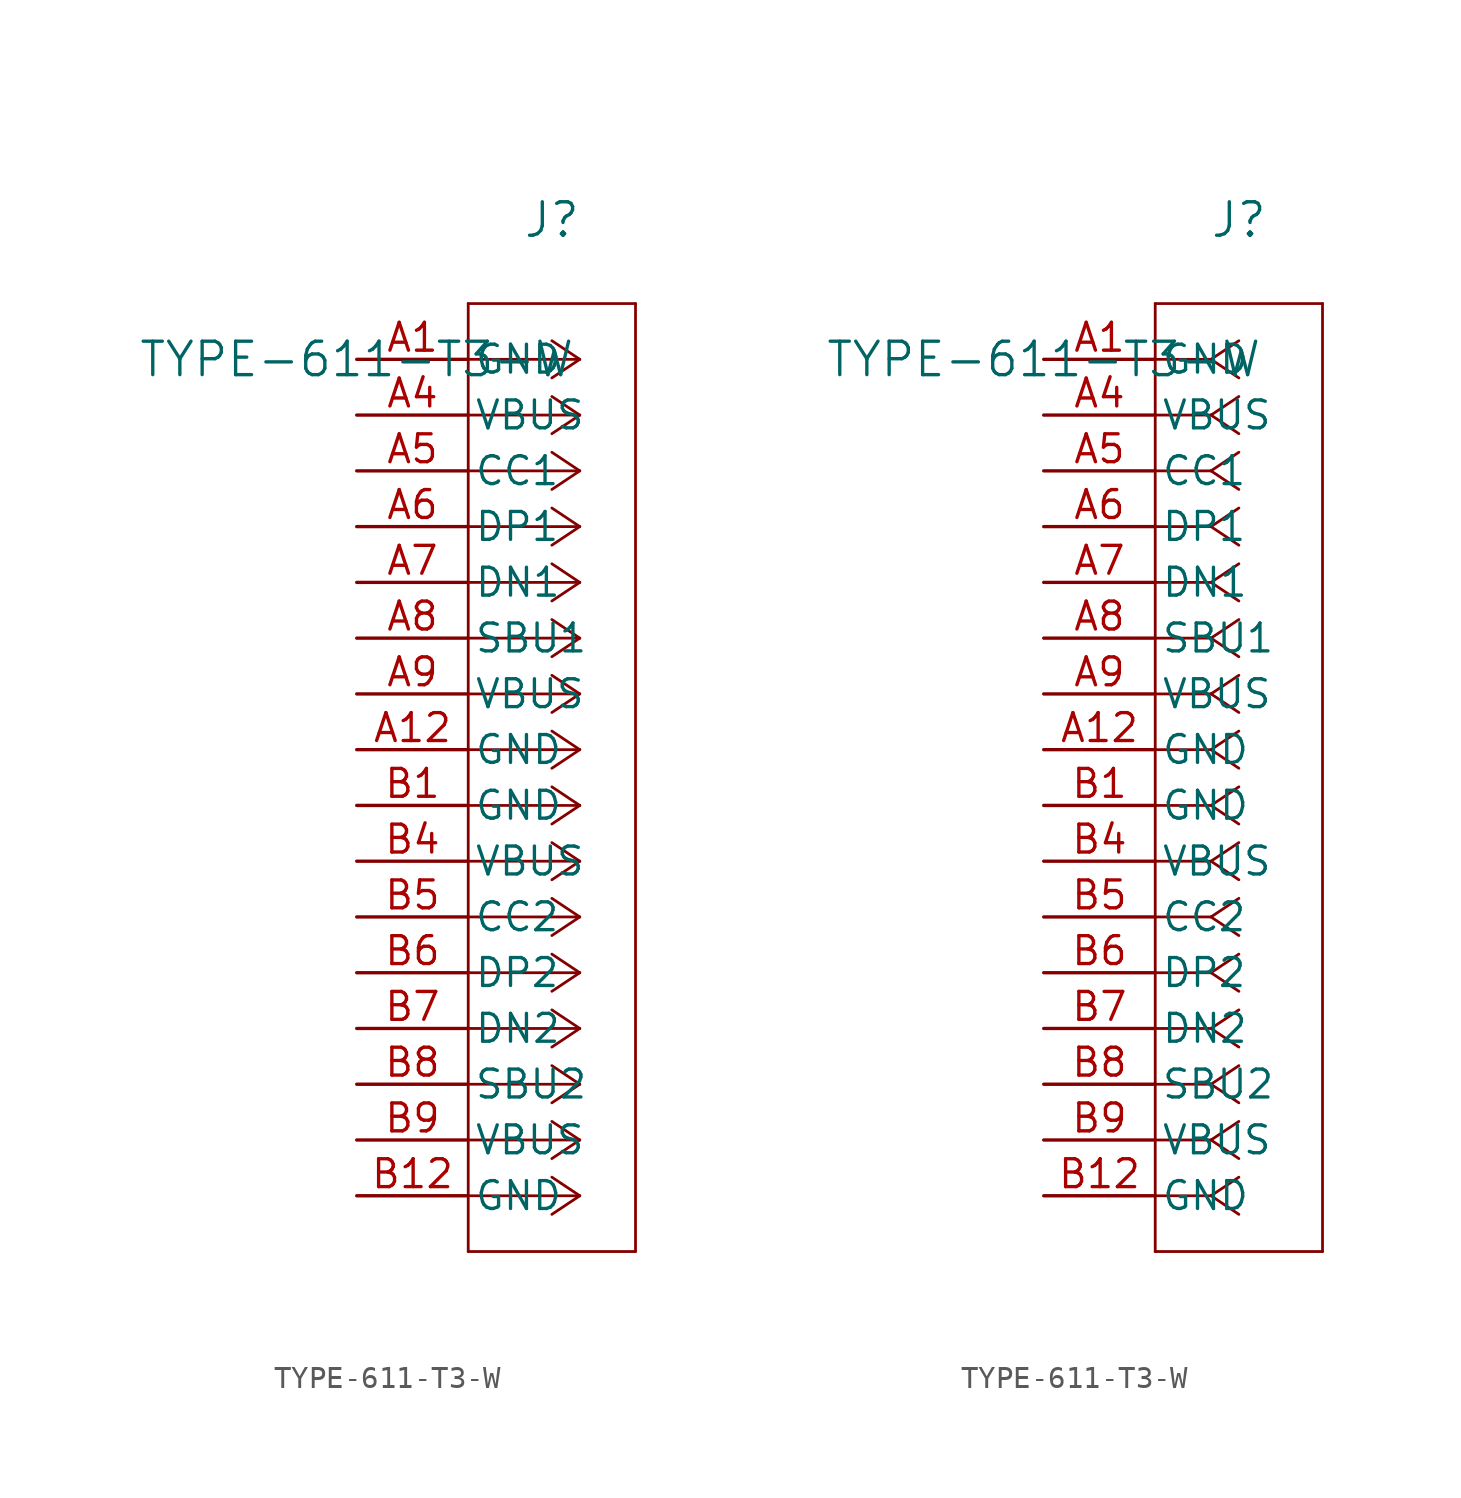
<source format=kicad_sym>
(kicad_symbol_lib
  (version 20211014)
  (generator kicad_symbol_editor)
  (symbol "TYPE-611-T3-W"
    (pin_names
      (offset 0.254))
    (property "Reference" "J"
      (at 8.89 6.35 0)
      (effects (font (size 1.524 1.524))))
    (property "Value" "TYPE-611-T3-W"
      (at 0 0 0)
      (effects (font (size 1.524 1.524))))
    (symbol "TYPE-611-T3-W_1_1"
      (polyline (pts (xy 10.16 0) (xy 5.08 0)) (stroke (width 0.127) (type default) (color 0 0 0 0)) (fill (type none)))
      (polyline (pts (xy 10.16 -2.54) (xy 5.08 -2.54)) (stroke (width 0.127) (type default) (color 0 0 0 0)) (fill (type none)))
      (polyline (pts (xy 10.16 -5.08) (xy 5.08 -5.08)) (stroke (width 0.127) (type default) (color 0 0 0 0)) (fill (type none)))
      (polyline (pts (xy 10.16 -7.62) (xy 5.08 -7.62)) (stroke (width 0.127) (type default) (color 0 0 0 0)) (fill (type none)))
      (polyline (pts (xy 10.16 -10.16) (xy 5.08 -10.16)) (stroke (width 0.127) (type default) (color 0 0 0 0)) (fill (type none)))
      (polyline (pts (xy 10.16 -12.7) (xy 5.08 -12.7)) (stroke (width 0.127) (type default) (color 0 0 0 0)) (fill (type none)))
      (polyline (pts (xy 10.16 -15.24) (xy 5.08 -15.24)) (stroke (width 0.127) (type default) (color 0 0 0 0)) (fill (type none)))
      (polyline (pts (xy 10.16 -17.78) (xy 5.08 -17.78)) (stroke (width 0.127) (type default) (color 0 0 0 0)) (fill (type none)))
      (polyline (pts (xy 10.16 -20.32) (xy 5.08 -20.32)) (stroke (width 0.127) (type default) (color 0 0 0 0)) (fill (type none)))
      (polyline (pts (xy 10.16 -22.86) (xy 5.08 -22.86)) (stroke (width 0.127) (type default) (color 0 0 0 0)) (fill (type none)))
      (polyline (pts (xy 10.16 -25.4) (xy 5.08 -25.4)) (stroke (width 0.127) (type default) (color 0 0 0 0)) (fill (type none)))
      (polyline (pts (xy 10.16 -27.94) (xy 5.08 -27.94)) (stroke (width 0.127) (type default) (color 0 0 0 0)) (fill (type none)))
      (polyline (pts (xy 10.16 -30.48) (xy 5.08 -30.48)) (stroke (width 0.127) (type default) (color 0 0 0 0)) (fill (type none)))
      (polyline (pts (xy 10.16 -33.02) (xy 5.08 -33.02)) (stroke (width 0.127) (type default) (color 0 0 0 0)) (fill (type none)))
      (polyline (pts (xy 10.16 -35.56) (xy 5.08 -35.56)) (stroke (width 0.127) (type default) (color 0 0 0 0)) (fill (type none)))
      (polyline (pts (xy 10.16 -38.1) (xy 5.08 -38.1)) (stroke (width 0.127) (type default) (color 0 0 0 0)) (fill (type none)))
      (polyline (pts (xy 10.16 0) (xy 8.89 0.847)) (stroke (width 0.127) (type default) (color 0 0 0 0)) (fill (type none)))
      (polyline (pts (xy 10.16 -2.54) (xy 8.89 -1.693)) (stroke (width 0.127) (type default) (color 0 0 0 0)) (fill (type none)))
      (polyline (pts (xy 10.16 -5.08) (xy 8.89 -4.233)) (stroke (width 0.127) (type default) (color 0 0 0 0)) (fill (type none)))
      (polyline (pts (xy 10.16 -7.62) (xy 8.89 -6.773)) (stroke (width 0.127) (type default) (color 0 0 0 0)) (fill (type none)))
      (polyline (pts (xy 10.16 -10.16) (xy 8.89 -9.313)) (stroke (width 0.127) (type default) (color 0 0 0 0)) (fill (type none)))
      (polyline (pts (xy 10.16 -12.7) (xy 8.89 -11.853)) (stroke (width 0.127) (type default) (color 0 0 0 0)) (fill (type none)))
      (polyline (pts (xy 10.16 -15.24) (xy 8.89 -14.393)) (stroke (width 0.127) (type default) (color 0 0 0 0)) (fill (type none)))
      (polyline (pts (xy 10.16 -17.78) (xy 8.89 -16.933)) (stroke (width 0.127) (type default) (color 0 0 0 0)) (fill (type none)))
      (polyline (pts (xy 10.16 -20.32) (xy 8.89 -19.473)) (stroke (width 0.127) (type default) (color 0 0 0 0)) (fill (type none)))
      (polyline (pts (xy 10.16 -22.86) (xy 8.89 -22.013)) (stroke (width 0.127) (type default) (color 0 0 0 0)) (fill (type none)))
      (polyline (pts (xy 10.16 -25.4) (xy 8.89 -24.553)) (stroke (width 0.127) (type default) (color 0 0 0 0)) (fill (type none)))
      (polyline (pts (xy 10.16 -27.94) (xy 8.89 -27.093)) (stroke (width 0.127) (type default) (color 0 0 0 0)) (fill (type none)))
      (polyline (pts (xy 10.16 -30.48) (xy 8.89 -29.633)) (stroke (width 0.127) (type default) (color 0 0 0 0)) (fill (type none)))
      (polyline (pts (xy 10.16 -33.02) (xy 8.89 -32.173)) (stroke (width 0.127) (type default) (color 0 0 0 0)) (fill (type none)))
      (polyline (pts (xy 10.16 -35.56) (xy 8.89 -34.713)) (stroke (width 0.127) (type default) (color 0 0 0 0)) (fill (type none)))
      (polyline (pts (xy 10.16 -38.1) (xy 8.89 -37.253)) (stroke (width 0.127) (type default) (color 0 0 0 0)) (fill (type none)))
      (polyline (pts (xy 10.16 0) (xy 8.89 -0.847)) (stroke (width 0.127) (type default) (color 0 0 0 0)) (fill (type none)))
      (polyline (pts (xy 10.16 -2.54) (xy 8.89 -3.387)) (stroke (width 0.127) (type default) (color 0 0 0 0)) (fill (type none)))
      (polyline (pts (xy 10.16 -5.08) (xy 8.89 -5.927)) (stroke (width 0.127) (type default) (color 0 0 0 0)) (fill (type none)))
      (polyline (pts (xy 10.16 -7.62) (xy 8.89 -8.467)) (stroke (width 0.127) (type default) (color 0 0 0 0)) (fill (type none)))
      (polyline (pts (xy 10.16 -10.16) (xy 8.89 -11.007)) (stroke (width 0.127) (type default) (color 0 0 0 0)) (fill (type none)))
      (polyline (pts (xy 10.16 -12.7) (xy 8.89 -13.547)) (stroke (width 0.127) (type default) (color 0 0 0 0)) (fill (type none)))
      (polyline (pts (xy 10.16 -15.24) (xy 8.89 -16.087)) (stroke (width 0.127) (type default) (color 0 0 0 0)) (fill (type none)))
      (polyline (pts (xy 10.16 -17.78) (xy 8.89 -18.627)) (stroke (width 0.127) (type default) (color 0 0 0 0)) (fill (type none)))
      (polyline (pts (xy 10.16 -20.32) (xy 8.89 -21.167)) (stroke (width 0.127) (type default) (color 0 0 0 0)) (fill (type none)))
      (polyline (pts (xy 10.16 -22.86) (xy 8.89 -23.707)) (stroke (width 0.127) (type default) (color 0 0 0 0)) (fill (type none)))
      (polyline (pts (xy 10.16 -25.4) (xy 8.89 -26.247)) (stroke (width 0.127) (type default) (color 0 0 0 0)) (fill (type none)))
      (polyline (pts (xy 10.16 -27.94) (xy 8.89 -28.787)) (stroke (width 0.127) (type default) (color 0 0 0 0)) (fill (type none)))
      (polyline (pts (xy 10.16 -30.48) (xy 8.89 -31.327)) (stroke (width 0.127) (type default) (color 0 0 0 0)) (fill (type none)))
      (polyline (pts (xy 10.16 -33.02) (xy 8.89 -33.867)) (stroke (width 0.127) (type default) (color 0 0 0 0)) (fill (type none)))
      (polyline (pts (xy 10.16 -35.56) (xy 8.89 -36.407)) (stroke (width 0.127) (type default) (color 0 0 0 0)) (fill (type none)))
      (polyline (pts (xy 10.16 -38.1) (xy 8.89 -38.947)) (stroke (width 0.127) (type default) (color 0 0 0 0)) (fill (type none)))
      (polyline (pts (xy 5.08 2.54) (xy 5.08 -40.64)) (stroke (width 0.127) (type default) (color 0 0 0 0)) (fill (type none)))
      (polyline (pts (xy 5.08 -40.64) (xy 12.7 -40.64)) (stroke (width 0.127) (type default) (color 0 0 0 0)) (fill (type none)))
      (polyline (pts (xy 12.7 -40.64) (xy 12.7 2.54)) (stroke (width 0.127) (type default) (color 0 0 0 0)) (fill (type none)))
      (polyline (pts (xy 12.7 2.54) (xy 5.08 2.54)) (stroke (width 0.127) (type default) (color 0 0 0 0)) (fill (type none)))
      (pin power_out line (at 0 0 0) (length 5.08) (name "GND" (effects (font (size 1.27 1.27)))) (number "A1" (effects (font (size 1.27 1.27)))))
      (pin unspecified line (at 0 -2.54 0) (length 5.08) (name "VBUS" (effects (font (size 1.27 1.27)))) (number "A4" (effects (font (size 1.27 1.27)))))
      (pin bidirectional line (at 0 -5.08 0) (length 5.08) (name "CC1" (effects (font (size 1.27 1.27)))) (number "A5" (effects (font (size 1.27 1.27)))))
      (pin bidirectional line (at 0 -7.62 0) (length 5.08) (name "DP1" (effects (font (size 1.27 1.27)))) (number "A6" (effects (font (size 1.27 1.27)))))
      (pin bidirectional line (at 0 -10.16 0) (length 5.08) (name "DN1" (effects (font (size 1.27 1.27)))) (number "A7" (effects (font (size 1.27 1.27)))))
      (pin bidirectional line (at 0 -12.7 0) (length 5.08) (name "SBU1" (effects (font (size 1.27 1.27)))) (number "A8" (effects (font (size 1.27 1.27)))))
      (pin unspecified line (at 0 -15.24 0) (length 5.08) (name "VBUS" (effects (font (size 1.27 1.27)))) (number "A9" (effects (font (size 1.27 1.27)))))
      (pin power_out line (at 0 -17.78 0) (length 5.08) (name "GND" (effects (font (size 1.27 1.27)))) (number "A12" (effects (font (size 1.27 1.27)))))
      (pin power_out line (at 0 -20.32 0) (length 5.08) (name "GND" (effects (font (size 1.27 1.27)))) (number "B1" (effects (font (size 1.27 1.27)))))
      (pin unspecified line (at 0 -22.86 0) (length 5.08) (name "VBUS" (effects (font (size 1.27 1.27)))) (number "B4" (effects (font (size 1.27 1.27)))))
      (pin bidirectional line (at 0 -25.4 0) (length 5.08) (name "CC2" (effects (font (size 1.27 1.27)))) (number "B5" (effects (font (size 1.27 1.27)))))
      (pin bidirectional line (at 0 -27.94 0) (length 5.08) (name "DP2" (effects (font (size 1.27 1.27)))) (number "B6" (effects (font (size 1.27 1.27)))))
      (pin bidirectional line (at 0 -30.48 0) (length 5.08) (name "DN2" (effects (font (size 1.27 1.27)))) (number "B7" (effects (font (size 1.27 1.27)))))
      (pin bidirectional line (at 0 -33.02 0) (length 5.08) (name "SBU2" (effects (font (size 1.27 1.27)))) (number "B8" (effects (font (size 1.27 1.27)))))
      (pin unspecified line (at 0 -35.56 0) (length 5.08) (name "VBUS" (effects (font (size 1.27 1.27)))) (number "B9" (effects (font (size 1.27 1.27)))))
      (pin power_out line (at 0 -38.1 0) (length 5.08) (name "GND" (effects (font (size 1.27 1.27)))) (number "B12" (effects (font (size 1.27 1.27))))))
    (symbol "TYPE-611-T3-W_1_2"
      (polyline (pts (xy 7.62 0) (xy 5.08 0)) (stroke (width 0.127) (type default) (color 0 0 0 0)) (fill (type none)))
      (polyline (pts (xy 7.62 -2.54) (xy 5.08 -2.54)) (stroke (width 0.127) (type default) (color 0 0 0 0)) (fill (type none)))
      (polyline (pts (xy 7.62 -5.08) (xy 5.08 -5.08)) (stroke (width 0.127) (type default) (color 0 0 0 0)) (fill (type none)))
      (polyline (pts (xy 7.62 -7.62) (xy 5.08 -7.62)) (stroke (width 0.127) (type default) (color 0 0 0 0)) (fill (type none)))
      (polyline (pts (xy 7.62 -10.16) (xy 5.08 -10.16)) (stroke (width 0.127) (type default) (color 0 0 0 0)) (fill (type none)))
      (polyline (pts (xy 7.62 -12.7) (xy 5.08 -12.7)) (stroke (width 0.127) (type default) (color 0 0 0 0)) (fill (type none)))
      (polyline (pts (xy 7.62 -15.24) (xy 5.08 -15.24)) (stroke (width 0.127) (type default) (color 0 0 0 0)) (fill (type none)))
      (polyline (pts (xy 7.62 -17.78) (xy 5.08 -17.78)) (stroke (width 0.127) (type default) (color 0 0 0 0)) (fill (type none)))
      (polyline (pts (xy 7.62 -20.32) (xy 5.08 -20.32)) (stroke (width 0.127) (type default) (color 0 0 0 0)) (fill (type none)))
      (polyline (pts (xy 7.62 -22.86) (xy 5.08 -22.86)) (stroke (width 0.127) (type default) (color 0 0 0 0)) (fill (type none)))
      (polyline (pts (xy 7.62 -25.4) (xy 5.08 -25.4)) (stroke (width 0.127) (type default) (color 0 0 0 0)) (fill (type none)))
      (polyline (pts (xy 7.62 -27.94) (xy 5.08 -27.94)) (stroke (width 0.127) (type default) (color 0 0 0 0)) (fill (type none)))
      (polyline (pts (xy 7.62 -30.48) (xy 5.08 -30.48)) (stroke (width 0.127) (type default) (color 0 0 0 0)) (fill (type none)))
      (polyline (pts (xy 7.62 -33.02) (xy 5.08 -33.02)) (stroke (width 0.127) (type default) (color 0 0 0 0)) (fill (type none)))
      (polyline (pts (xy 7.62 -35.56) (xy 5.08 -35.56)) (stroke (width 0.127) (type default) (color 0 0 0 0)) (fill (type none)))
      (polyline (pts (xy 7.62 -38.1) (xy 5.08 -38.1)) (stroke (width 0.127) (type default) (color 0 0 0 0)) (fill (type none)))
      (polyline (pts (xy 7.62 0) (xy 8.89 0.847)) (stroke (width 0.127) (type default) (color 0 0 0 0)) (fill (type none)))
      (polyline (pts (xy 7.62 -2.54) (xy 8.89 -1.693)) (stroke (width 0.127) (type default) (color 0 0 0 0)) (fill (type none)))
      (polyline (pts (xy 7.62 -5.08) (xy 8.89 -4.233)) (stroke (width 0.127) (type default) (color 0 0 0 0)) (fill (type none)))
      (polyline (pts (xy 7.62 -7.62) (xy 8.89 -6.773)) (stroke (width 0.127) (type default) (color 0 0 0 0)) (fill (type none)))
      (polyline (pts (xy 7.62 -10.16) (xy 8.89 -9.313)) (stroke (width 0.127) (type default) (color 0 0 0 0)) (fill (type none)))
      (polyline (pts (xy 7.62 -12.7) (xy 8.89 -11.853)) (stroke (width 0.127) (type default) (color 0 0 0 0)) (fill (type none)))
      (polyline (pts (xy 7.62 -15.24) (xy 8.89 -14.393)) (stroke (width 0.127) (type default) (color 0 0 0 0)) (fill (type none)))
      (polyline (pts (xy 7.62 -17.78) (xy 8.89 -16.933)) (stroke (width 0.127) (type default) (color 0 0 0 0)) (fill (type none)))
      (polyline (pts (xy 7.62 -20.32) (xy 8.89 -19.473)) (stroke (width 0.127) (type default) (color 0 0 0 0)) (fill (type none)))
      (polyline (pts (xy 7.62 -22.86) (xy 8.89 -22.013)) (stroke (width 0.127) (type default) (color 0 0 0 0)) (fill (type none)))
      (polyline (pts (xy 7.62 -25.4) (xy 8.89 -24.553)) (stroke (width 0.127) (type default) (color 0 0 0 0)) (fill (type none)))
      (polyline (pts (xy 7.62 -27.94) (xy 8.89 -27.093)) (stroke (width 0.127) (type default) (color 0 0 0 0)) (fill (type none)))
      (polyline (pts (xy 7.62 -30.48) (xy 8.89 -29.633)) (stroke (width 0.127) (type default) (color 0 0 0 0)) (fill (type none)))
      (polyline (pts (xy 7.62 -33.02) (xy 8.89 -32.173)) (stroke (width 0.127) (type default) (color 0 0 0 0)) (fill (type none)))
      (polyline (pts (xy 7.62 -35.56) (xy 8.89 -34.713)) (stroke (width 0.127) (type default) (color 0 0 0 0)) (fill (type none)))
      (polyline (pts (xy 7.62 -38.1) (xy 8.89 -37.253)) (stroke (width 0.127) (type default) (color 0 0 0 0)) (fill (type none)))
      (polyline (pts (xy 7.62 0) (xy 8.89 -0.847)) (stroke (width 0.127) (type default) (color 0 0 0 0)) (fill (type none)))
      (polyline (pts (xy 7.62 -2.54) (xy 8.89 -3.387)) (stroke (width 0.127) (type default) (color 0 0 0 0)) (fill (type none)))
      (polyline (pts (xy 7.62 -5.08) (xy 8.89 -5.927)) (stroke (width 0.127) (type default) (color 0 0 0 0)) (fill (type none)))
      (polyline (pts (xy 7.62 -7.62) (xy 8.89 -8.467)) (stroke (width 0.127) (type default) (color 0 0 0 0)) (fill (type none)))
      (polyline (pts (xy 7.62 -10.16) (xy 8.89 -11.007)) (stroke (width 0.127) (type default) (color 0 0 0 0)) (fill (type none)))
      (polyline (pts (xy 7.62 -12.7) (xy 8.89 -13.547)) (stroke (width 0.127) (type default) (color 0 0 0 0)) (fill (type none)))
      (polyline (pts (xy 7.62 -15.24) (xy 8.89 -16.087)) (stroke (width 0.127) (type default) (color 0 0 0 0)) (fill (type none)))
      (polyline (pts (xy 7.62 -17.78) (xy 8.89 -18.627)) (stroke (width 0.127) (type default) (color 0 0 0 0)) (fill (type none)))
      (polyline (pts (xy 7.62 -20.32) (xy 8.89 -21.167)) (stroke (width 0.127) (type default) (color 0 0 0 0)) (fill (type none)))
      (polyline (pts (xy 7.62 -22.86) (xy 8.89 -23.707)) (stroke (width 0.127) (type default) (color 0 0 0 0)) (fill (type none)))
      (polyline (pts (xy 7.62 -25.4) (xy 8.89 -26.247)) (stroke (width 0.127) (type default) (color 0 0 0 0)) (fill (type none)))
      (polyline (pts (xy 7.62 -27.94) (xy 8.89 -28.787)) (stroke (width 0.127) (type default) (color 0 0 0 0)) (fill (type none)))
      (polyline (pts (xy 7.62 -30.48) (xy 8.89 -31.327)) (stroke (width 0.127) (type default) (color 0 0 0 0)) (fill (type none)))
      (polyline (pts (xy 7.62 -33.02) (xy 8.89 -33.867)) (stroke (width 0.127) (type default) (color 0 0 0 0)) (fill (type none)))
      (polyline (pts (xy 7.62 -35.56) (xy 8.89 -36.407)) (stroke (width 0.127) (type default) (color 0 0 0 0)) (fill (type none)))
      (polyline (pts (xy 7.62 -38.1) (xy 8.89 -38.947)) (stroke (width 0.127) (type default) (color 0 0 0 0)) (fill (type none)))
      (polyline (pts (xy 5.08 2.54) (xy 5.08 -40.64)) (stroke (width 0.127) (type default) (color 0 0 0 0)) (fill (type none)))
      (polyline (pts (xy 5.08 -40.64) (xy 12.7 -40.64)) (stroke (width 0.127) (type default) (color 0 0 0 0)) (fill (type none)))
      (polyline (pts (xy 12.7 -40.64) (xy 12.7 2.54)) (stroke (width 0.127) (type default) (color 0 0 0 0)) (fill (type none)))
      (polyline (pts (xy 12.7 2.54) (xy 5.08 2.54)) (stroke (width 0.127) (type default) (color 0 0 0 0)) (fill (type none)))
      (pin power_out line (at 0 0 0) (length 5.08) (name "GND" (effects (font (size 1.27 1.27)))) (number "A1" (effects (font (size 1.27 1.27)))))
      (pin unspecified line (at 0 -2.54 0) (length 5.08) (name "VBUS" (effects (font (size 1.27 1.27)))) (number "A4" (effects (font (size 1.27 1.27)))))
      (pin bidirectional line (at 0 -5.08 0) (length 5.08) (name "CC1" (effects (font (size 1.27 1.27)))) (number "A5" (effects (font (size 1.27 1.27)))))
      (pin bidirectional line (at 0 -7.62 0) (length 5.08) (name "DP1" (effects (font (size 1.27 1.27)))) (number "A6" (effects (font (size 1.27 1.27)))))
      (pin bidirectional line (at 0 -10.16 0) (length 5.08) (name "DN1" (effects (font (size 1.27 1.27)))) (number "A7" (effects (font (size 1.27 1.27)))))
      (pin bidirectional line (at 0 -12.7 0) (length 5.08) (name "SBU1" (effects (font (size 1.27 1.27)))) (number "A8" (effects (font (size 1.27 1.27)))))
      (pin unspecified line (at 0 -15.24 0) (length 5.08) (name "VBUS" (effects (font (size 1.27 1.27)))) (number "A9" (effects (font (size 1.27 1.27)))))
      (pin power_out line (at 0 -17.78 0) (length 5.08) (name "GND" (effects (font (size 1.27 1.27)))) (number "A12" (effects (font (size 1.27 1.27)))))
      (pin power_out line (at 0 -20.32 0) (length 5.08) (name "GND" (effects (font (size 1.27 1.27)))) (number "B1" (effects (font (size 1.27 1.27)))))
      (pin unspecified line (at 0 -22.86 0) (length 5.08) (name "VBUS" (effects (font (size 1.27 1.27)))) (number "B4" (effects (font (size 1.27 1.27)))))
      (pin bidirectional line (at 0 -25.4 0) (length 5.08) (name "CC2" (effects (font (size 1.27 1.27)))) (number "B5" (effects (font (size 1.27 1.27)))))
      (pin bidirectional line (at 0 -27.94 0) (length 5.08) (name "DP2" (effects (font (size 1.27 1.27)))) (number "B6" (effects (font (size 1.27 1.27)))))
      (pin bidirectional line (at 0 -30.48 0) (length 5.08) (name "DN2" (effects (font (size 1.27 1.27)))) (number "B7" (effects (font (size 1.27 1.27)))))
      (pin bidirectional line (at 0 -33.02 0) (length 5.08) (name "SBU2" (effects (font (size 1.27 1.27)))) (number "B8" (effects (font (size 1.27 1.27)))))
      (pin unspecified line (at 0 -35.56 0) (length 5.08) (name "VBUS" (effects (font (size 1.27 1.27)))) (number "B9" (effects (font (size 1.27 1.27)))))
      (pin power_out line (at 0 -38.1 0) (length 5.08) (name "GND" (effects (font (size 1.27 1.27)))) (number "B12" (effects (font (size 1.27 1.27))))))))
</source>
